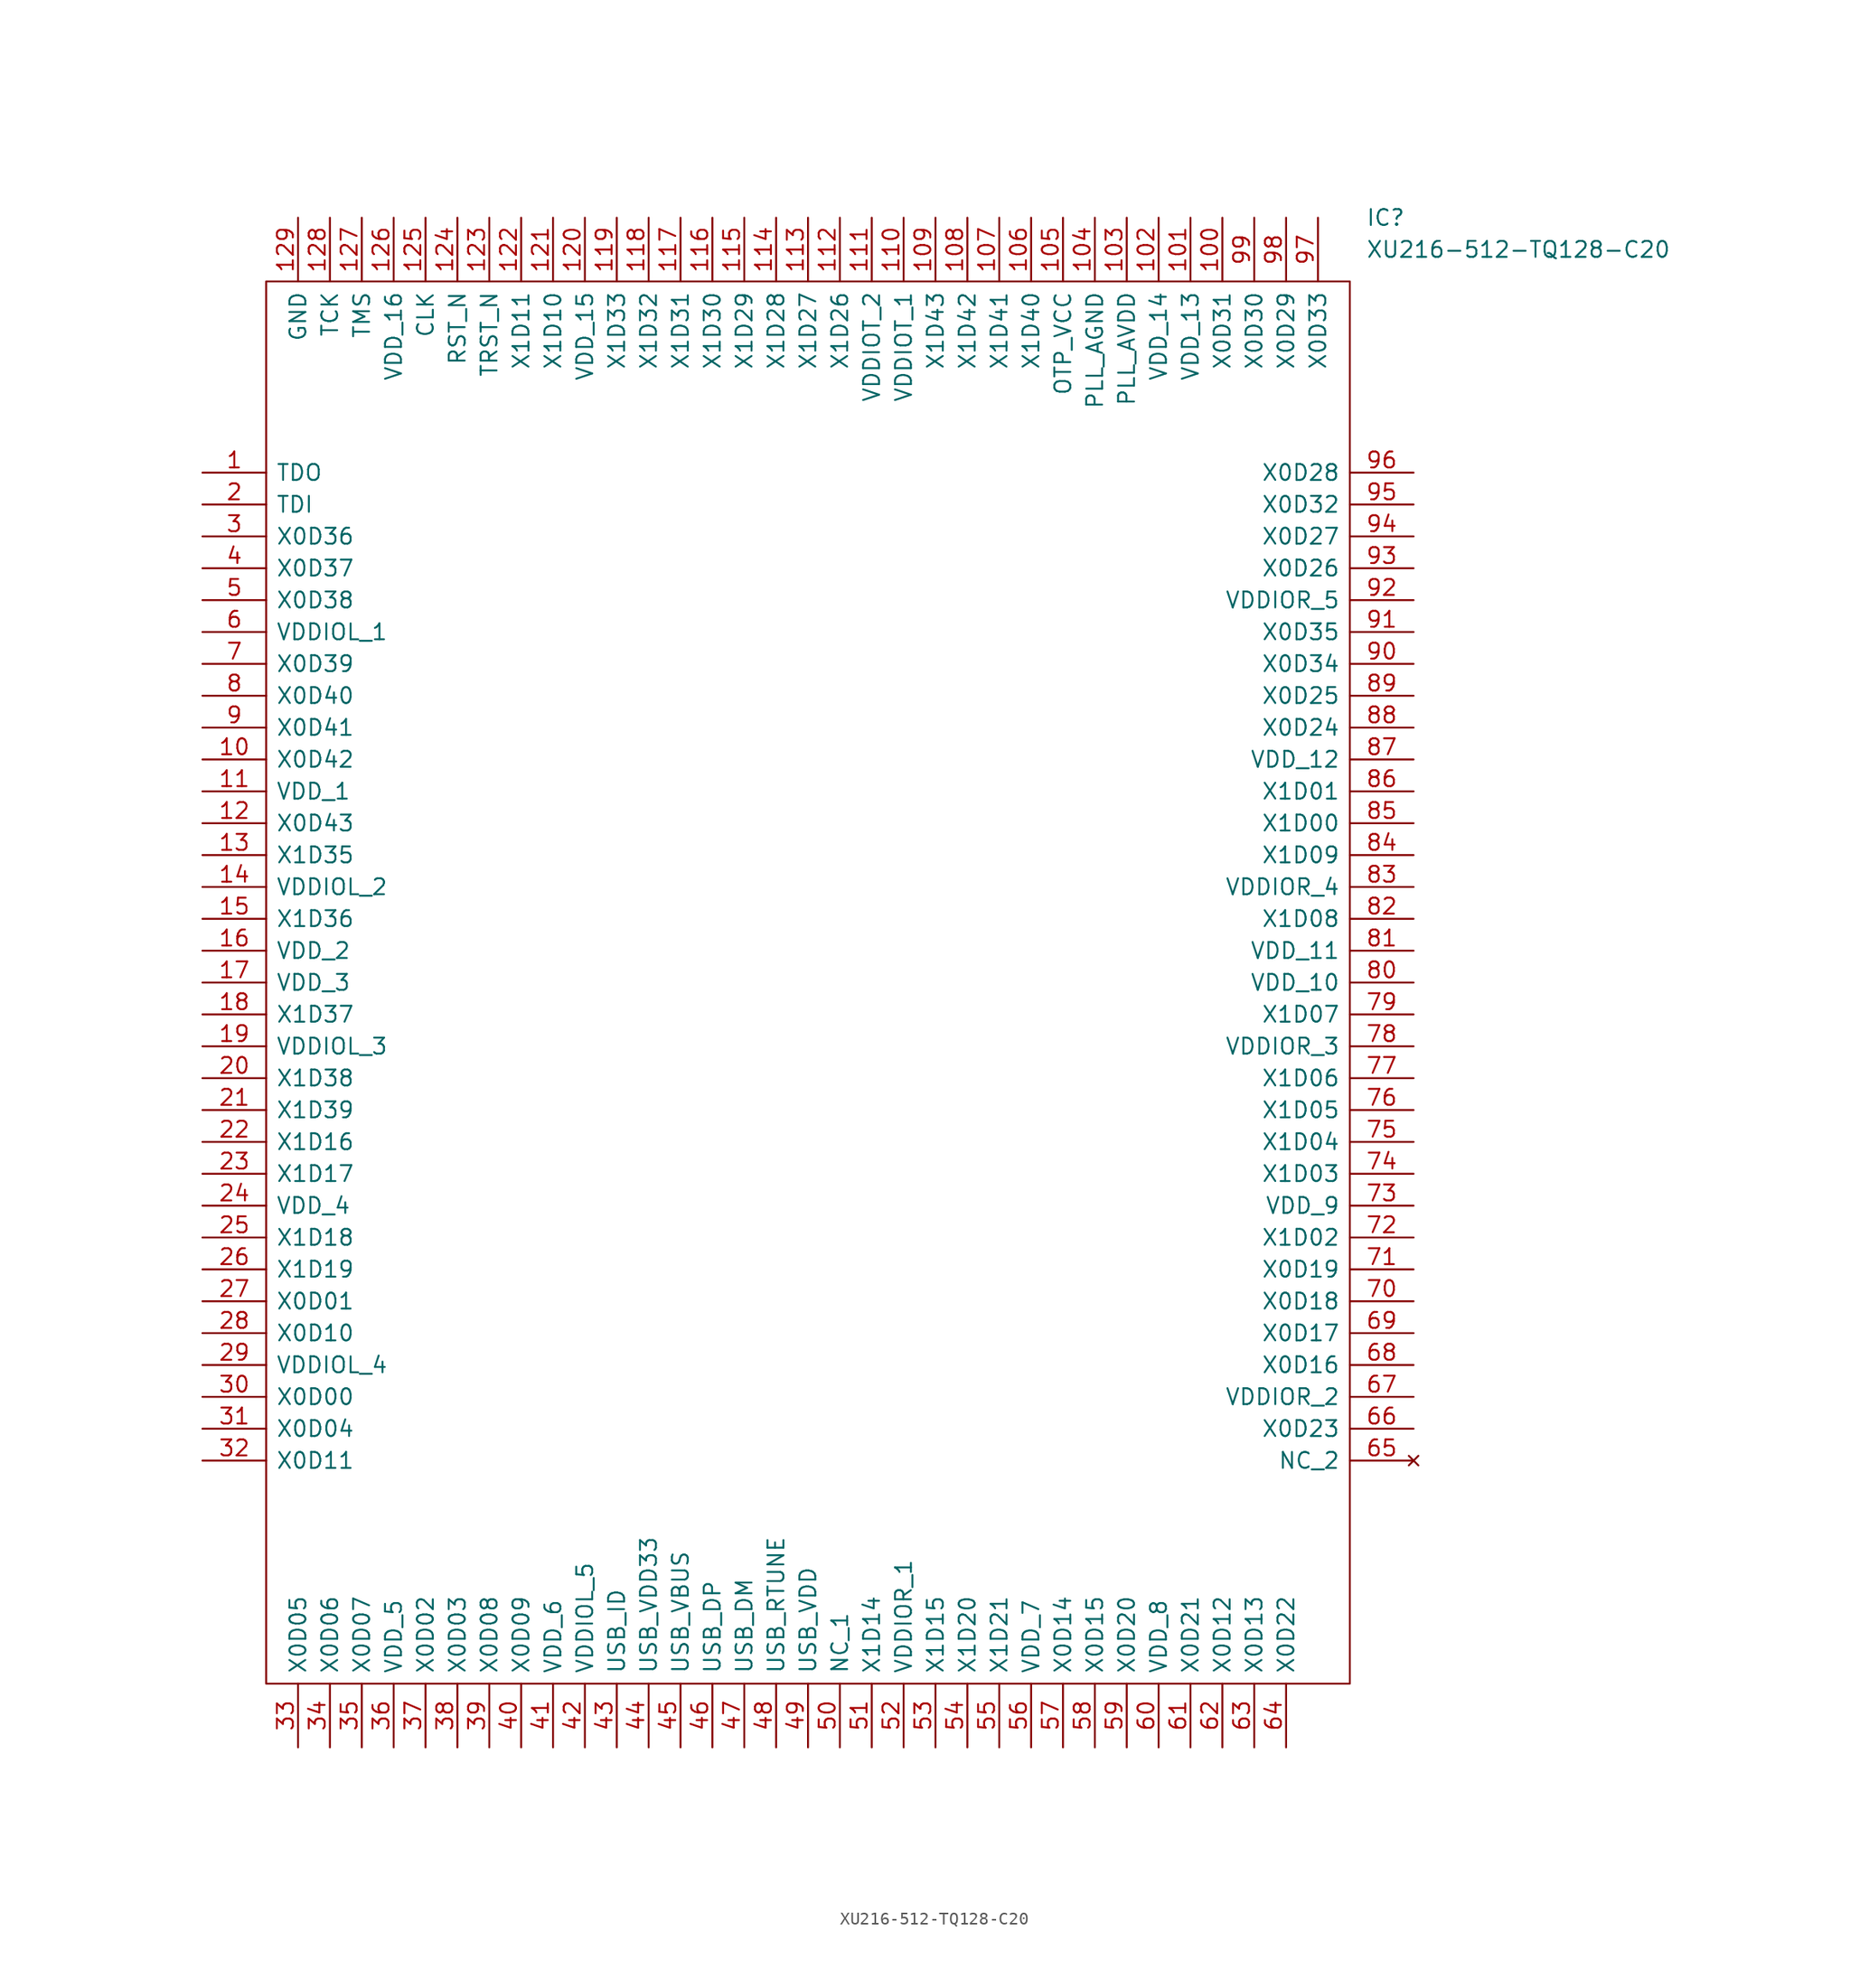
<source format=kicad_sym>
(kicad_symbol_lib
  (version 20220914)
  (generator kicad_symbol_editor)
  (symbol "XU216-512-TQ128-C20"
    (pin_names
      (offset 0.762))
    (property "Reference" "IC"
      (at 92.71 20.32 0)
      (effects (font (size 1.27 1.27)) (justify left)))
    (property "Value" "XU216-512-TQ128-C20"
      (at 92.71 17.78 0)
      (effects (font (size 1.27 1.27)) (justify left)))
    (symbol "XU216-512-TQ128-C20_0_0"
      (pin output line (at 0 0 0) (length 5.08) (name "TDO" (effects (font (size 1.27 1.27)))) (number "1" (effects (font (size 1.27 1.27)))))
      (pin bidirectional line (at 0 -22.86 0) (length 5.08) (name "X0D42" (effects (font (size 1.27 1.27)))) (number "10" (effects (font (size 1.27 1.27)))))
      (pin bidirectional line (at 81.28 20.32 270) (length 5.08) (name "X0D31" (effects (font (size 1.27 1.27)))) (number "100" (effects (font (size 1.27 1.27)))))
      (pin power_in line (at 78.74 20.32 270) (length 5.08) (name "VDD_13" (effects (font (size 1.27 1.27)))) (number "101" (effects (font (size 1.27 1.27)))))
      (pin power_in line (at 76.2 20.32 270) (length 5.08) (name "VDD_14" (effects (font (size 1.27 1.27)))) (number "102" (effects (font (size 1.27 1.27)))))
      (pin power_in line (at 73.66 20.32 270) (length 5.08) (name "PLL_AVDD" (effects (font (size 1.27 1.27)))) (number "103" (effects (font (size 1.27 1.27)))))
      (pin power_in line (at 71.12 20.32 270) (length 5.08) (name "PLL_AGND" (effects (font (size 1.27 1.27)))) (number "104" (effects (font (size 1.27 1.27)))))
      (pin power_in line (at 68.58 20.32 270) (length 5.08) (name "OTP_VCC" (effects (font (size 1.27 1.27)))) (number "105" (effects (font (size 1.27 1.27)))))
      (pin bidirectional line (at 66.04 20.32 270) (length 5.08) (name "X1D40" (effects (font (size 1.27 1.27)))) (number "106" (effects (font (size 1.27 1.27)))))
      (pin bidirectional line (at 63.5 20.32 270) (length 5.08) (name "X1D41" (effects (font (size 1.27 1.27)))) (number "107" (effects (font (size 1.27 1.27)))))
      (pin bidirectional line (at 60.96 20.32 270) (length 5.08) (name "X1D42" (effects (font (size 1.27 1.27)))) (number "108" (effects (font (size 1.27 1.27)))))
      (pin bidirectional line (at 58.42 20.32 270) (length 5.08) (name "X1D43" (effects (font (size 1.27 1.27)))) (number "109" (effects (font (size 1.27 1.27)))))
      (pin power_in line (at 0 -25.4 0) (length 5.08) (name "VDD_1" (effects (font (size 1.27 1.27)))) (number "11" (effects (font (size 1.27 1.27)))))
      (pin power_in line (at 55.88 20.32 270) (length 5.08) (name "VDDIOT_1" (effects (font (size 1.27 1.27)))) (number "110" (effects (font (size 1.27 1.27)))))
      (pin power_in line (at 53.34 20.32 270) (length 5.08) (name "VDDIOT_2" (effects (font (size 1.27 1.27)))) (number "111" (effects (font (size 1.27 1.27)))))
      (pin bidirectional line (at 50.8 20.32 270) (length 5.08) (name "X1D26" (effects (font (size 1.27 1.27)))) (number "112" (effects (font (size 1.27 1.27)))))
      (pin bidirectional line (at 48.26 20.32 270) (length 5.08) (name "X1D27" (effects (font (size 1.27 1.27)))) (number "113" (effects (font (size 1.27 1.27)))))
      (pin bidirectional line (at 45.72 20.32 270) (length 5.08) (name "X1D28" (effects (font (size 1.27 1.27)))) (number "114" (effects (font (size 1.27 1.27)))))
      (pin bidirectional line (at 43.18 20.32 270) (length 5.08) (name "X1D29" (effects (font (size 1.27 1.27)))) (number "115" (effects (font (size 1.27 1.27)))))
      (pin bidirectional line (at 40.64 20.32 270) (length 5.08) (name "X1D30" (effects (font (size 1.27 1.27)))) (number "116" (effects (font (size 1.27 1.27)))))
      (pin bidirectional line (at 38.1 20.32 270) (length 5.08) (name "X1D31" (effects (font (size 1.27 1.27)))) (number "117" (effects (font (size 1.27 1.27)))))
      (pin bidirectional line (at 35.56 20.32 270) (length 5.08) (name "X1D32" (effects (font (size 1.27 1.27)))) (number "118" (effects (font (size 1.27 1.27)))))
      (pin bidirectional line (at 33.02 20.32 270) (length 5.08) (name "X1D33" (effects (font (size 1.27 1.27)))) (number "119" (effects (font (size 1.27 1.27)))))
      (pin bidirectional line (at 0 -27.94 0) (length 5.08) (name "X0D43" (effects (font (size 1.27 1.27)))) (number "12" (effects (font (size 1.27 1.27)))))
      (pin power_in line (at 30.48 20.32 270) (length 5.08) (name "VDD_15" (effects (font (size 1.27 1.27)))) (number "120" (effects (font (size 1.27 1.27)))))
      (pin bidirectional line (at 27.94 20.32 270) (length 5.08) (name "X1D10" (effects (font (size 1.27 1.27)))) (number "121" (effects (font (size 1.27 1.27)))))
      (pin bidirectional line (at 25.4 20.32 270) (length 5.08) (name "X1D11" (effects (font (size 1.27 1.27)))) (number "122" (effects (font (size 1.27 1.27)))))
      (pin input line (at 22.86 20.32 270) (length 5.08) (name "TRST_N" (effects (font (size 1.27 1.27)))) (number "123" (effects (font (size 1.27 1.27)))))
      (pin input line (at 20.32 20.32 270) (length 5.08) (name "RST_N" (effects (font (size 1.27 1.27)))) (number "124" (effects (font (size 1.27 1.27)))))
      (pin input line (at 17.78 20.32 270) (length 5.08) (name "CLK" (effects (font (size 1.27 1.27)))) (number "125" (effects (font (size 1.27 1.27)))))
      (pin power_in line (at 15.24 20.32 270) (length 5.08) (name "VDD_16" (effects (font (size 1.27 1.27)))) (number "126" (effects (font (size 1.27 1.27)))))
      (pin input line (at 12.7 20.32 270) (length 5.08) (name "TMS" (effects (font (size 1.27 1.27)))) (number "127" (effects (font (size 1.27 1.27)))))
      (pin input line (at 10.16 20.32 270) (length 5.08) (name "TCK" (effects (font (size 1.27 1.27)))) (number "128" (effects (font (size 1.27 1.27)))))
      (pin power_in line (at 7.62 20.32 270) (length 5.08) (name "GND" (effects (font (size 1.27 1.27)))) (number "129" (effects (font (size 1.27 1.27)))))
      (pin bidirectional line (at 0 -30.48 0) (length 5.08) (name "X1D35" (effects (font (size 1.27 1.27)))) (number "13" (effects (font (size 1.27 1.27)))))
      (pin power_in line (at 0 -33.02 0) (length 5.08) (name "VDDIOL_2" (effects (font (size 1.27 1.27)))) (number "14" (effects (font (size 1.27 1.27)))))
      (pin bidirectional line (at 0 -35.56 0) (length 5.08) (name "X1D36" (effects (font (size 1.27 1.27)))) (number "15" (effects (font (size 1.27 1.27)))))
      (pin power_in line (at 0 -38.1 0) (length 5.08) (name "VDD_2" (effects (font (size 1.27 1.27)))) (number "16" (effects (font (size 1.27 1.27)))))
      (pin power_in line (at 0 -40.64 0) (length 5.08) (name "VDD_3" (effects (font (size 1.27 1.27)))) (number "17" (effects (font (size 1.27 1.27)))))
      (pin bidirectional line (at 0 -43.18 0) (length 5.08) (name "X1D37" (effects (font (size 1.27 1.27)))) (number "18" (effects (font (size 1.27 1.27)))))
      (pin power_in line (at 0 -45.72 0) (length 5.08) (name "VDDIOL_3" (effects (font (size 1.27 1.27)))) (number "19" (effects (font (size 1.27 1.27)))))
      (pin input line (at 0 -2.54 0) (length 5.08) (name "TDI" (effects (font (size 1.27 1.27)))) (number "2" (effects (font (size 1.27 1.27)))))
      (pin bidirectional line (at 0 -48.26 0) (length 5.08) (name "X1D38" (effects (font (size 1.27 1.27)))) (number "20" (effects (font (size 1.27 1.27)))))
      (pin bidirectional line (at 0 -50.8 0) (length 5.08) (name "X1D39" (effects (font (size 1.27 1.27)))) (number "21" (effects (font (size 1.27 1.27)))))
      (pin bidirectional line (at 0 -53.34 0) (length 5.08) (name "X1D16" (effects (font (size 1.27 1.27)))) (number "22" (effects (font (size 1.27 1.27)))))
      (pin bidirectional line (at 0 -55.88 0) (length 5.08) (name "X1D17" (effects (font (size 1.27 1.27)))) (number "23" (effects (font (size 1.27 1.27)))))
      (pin power_in line (at 0 -58.42 0) (length 5.08) (name "VDD_4" (effects (font (size 1.27 1.27)))) (number "24" (effects (font (size 1.27 1.27)))))
      (pin bidirectional line (at 0 -60.96 0) (length 5.08) (name "X1D18" (effects (font (size 1.27 1.27)))) (number "25" (effects (font (size 1.27 1.27)))))
      (pin bidirectional line (at 0 -63.5 0) (length 5.08) (name "X1D19" (effects (font (size 1.27 1.27)))) (number "26" (effects (font (size 1.27 1.27)))))
      (pin bidirectional line (at 0 -66.04 0) (length 5.08) (name "X0D01" (effects (font (size 1.27 1.27)))) (number "27" (effects (font (size 1.27 1.27)))))
      (pin bidirectional line (at 0 -68.58 0) (length 5.08) (name "X0D10" (effects (font (size 1.27 1.27)))) (number "28" (effects (font (size 1.27 1.27)))))
      (pin power_in line (at 0 -71.12 0) (length 5.08) (name "VDDIOL_4" (effects (font (size 1.27 1.27)))) (number "29" (effects (font (size 1.27 1.27)))))
      (pin bidirectional line (at 0 -5.08 0) (length 5.08) (name "X0D36" (effects (font (size 1.27 1.27)))) (number "3" (effects (font (size 1.27 1.27)))))
      (pin bidirectional line (at 0 -73.66 0) (length 5.08) (name "X0D00" (effects (font (size 1.27 1.27)))) (number "30" (effects (font (size 1.27 1.27)))))
      (pin bidirectional line (at 0 -76.2 0) (length 5.08) (name "X0D04" (effects (font (size 1.27 1.27)))) (number "31" (effects (font (size 1.27 1.27)))))
      (pin bidirectional line (at 0 -78.74 0) (length 5.08) (name "X0D11" (effects (font (size 1.27 1.27)))) (number "32" (effects (font (size 1.27 1.27)))))
      (pin bidirectional line (at 7.62 -101.6 90) (length 5.08) (name "X0D05" (effects (font (size 1.27 1.27)))) (number "33" (effects (font (size 1.27 1.27)))))
      (pin bidirectional line (at 10.16 -101.6 90) (length 5.08) (name "X0D06" (effects (font (size 1.27 1.27)))) (number "34" (effects (font (size 1.27 1.27)))))
      (pin bidirectional line (at 12.7 -101.6 90) (length 5.08) (name "X0D07" (effects (font (size 1.27 1.27)))) (number "35" (effects (font (size 1.27 1.27)))))
      (pin power_in line (at 15.24 -101.6 90) (length 5.08) (name "VDD_5" (effects (font (size 1.27 1.27)))) (number "36" (effects (font (size 1.27 1.27)))))
      (pin bidirectional line (at 17.78 -101.6 90) (length 5.08) (name "X0D02" (effects (font (size 1.27 1.27)))) (number "37" (effects (font (size 1.27 1.27)))))
      (pin bidirectional line (at 20.32 -101.6 90) (length 5.08) (name "X0D03" (effects (font (size 1.27 1.27)))) (number "38" (effects (font (size 1.27 1.27)))))
      (pin bidirectional line (at 22.86 -101.6 90) (length 5.08) (name "X0D08" (effects (font (size 1.27 1.27)))) (number "39" (effects (font (size 1.27 1.27)))))
      (pin bidirectional line (at 0 -7.62 0) (length 5.08) (name "X0D37" (effects (font (size 1.27 1.27)))) (number "4" (effects (font (size 1.27 1.27)))))
      (pin bidirectional line (at 25.4 -101.6 90) (length 5.08) (name "X0D09" (effects (font (size 1.27 1.27)))) (number "40" (effects (font (size 1.27 1.27)))))
      (pin power_in line (at 27.94 -101.6 90) (length 5.08) (name "VDD_6" (effects (font (size 1.27 1.27)))) (number "41" (effects (font (size 1.27 1.27)))))
      (pin power_in line (at 30.48 -101.6 90) (length 5.08) (name "VDDIOL_5" (effects (font (size 1.27 1.27)))) (number "42" (effects (font (size 1.27 1.27)))))
      (pin bidirectional line (at 33.02 -101.6 90) (length 5.08) (name "USB_ID" (effects (font (size 1.27 1.27)))) (number "43" (effects (font (size 1.27 1.27)))))
      (pin power_in line (at 35.56 -101.6 90) (length 5.08) (name "USB_VDD33" (effects (font (size 1.27 1.27)))) (number "44" (effects (font (size 1.27 1.27)))))
      (pin bidirectional line (at 38.1 -101.6 90) (length 5.08) (name "USB_VBUS" (effects (font (size 1.27 1.27)))) (number "45" (effects (font (size 1.27 1.27)))))
      (pin bidirectional line (at 40.64 -101.6 90) (length 5.08) (name "USB_DP" (effects (font (size 1.27 1.27)))) (number "46" (effects (font (size 1.27 1.27)))))
      (pin bidirectional line (at 43.18 -101.6 90) (length 5.08) (name "USB_DM" (effects (font (size 1.27 1.27)))) (number "47" (effects (font (size 1.27 1.27)))))
      (pin bidirectional line (at 45.72 -101.6 90) (length 5.08) (name "USB_RTUNE" (effects (font (size 1.27 1.27)))) (number "48" (effects (font (size 1.27 1.27)))))
      (pin power_in line (at 48.26 -101.6 90) (length 5.08) (name "USB_VDD" (effects (font (size 1.27 1.27)))) (number "49" (effects (font (size 1.27 1.27)))))
      (pin bidirectional line (at 0 -10.16 0) (length 5.08) (name "X0D38" (effects (font (size 1.27 1.27)))) (number "5" (effects (font (size 1.27 1.27)))))
      (pin bidirectional line (at 50.8 -101.6 90) (length 5.08) (name "NC_1" (effects (font (size 1.27 1.27)))) (number "50" (effects (font (size 1.27 1.27)))))
      (pin bidirectional line (at 53.34 -101.6 90) (length 5.08) (name "X1D14" (effects (font (size 1.27 1.27)))) (number "51" (effects (font (size 1.27 1.27)))))
      (pin power_in line (at 55.88 -101.6 90) (length 5.08) (name "VDDIOR_1" (effects (font (size 1.27 1.27)))) (number "52" (effects (font (size 1.27 1.27)))))
      (pin bidirectional line (at 58.42 -101.6 90) (length 5.08) (name "X1D15" (effects (font (size 1.27 1.27)))) (number "53" (effects (font (size 1.27 1.27)))))
      (pin bidirectional line (at 60.96 -101.6 90) (length 5.08) (name "X1D20" (effects (font (size 1.27 1.27)))) (number "54" (effects (font (size 1.27 1.27)))))
      (pin bidirectional line (at 63.5 -101.6 90) (length 5.08) (name "X1D21" (effects (font (size 1.27 1.27)))) (number "55" (effects (font (size 1.27 1.27)))))
      (pin power_in line (at 66.04 -101.6 90) (length 5.08) (name "VDD_7" (effects (font (size 1.27 1.27)))) (number "56" (effects (font (size 1.27 1.27)))))
      (pin bidirectional line (at 68.58 -101.6 90) (length 5.08) (name "X0D14" (effects (font (size 1.27 1.27)))) (number "57" (effects (font (size 1.27 1.27)))))
      (pin bidirectional line (at 71.12 -101.6 90) (length 5.08) (name "X0D15" (effects (font (size 1.27 1.27)))) (number "58" (effects (font (size 1.27 1.27)))))
      (pin bidirectional line (at 73.66 -101.6 90) (length 5.08) (name "X0D20" (effects (font (size 1.27 1.27)))) (number "59" (effects (font (size 1.27 1.27)))))
      (pin power_in line (at 0 -12.7 0) (length 5.08) (name "VDDIOL_1" (effects (font (size 1.27 1.27)))) (number "6" (effects (font (size 1.27 1.27)))))
      (pin power_in line (at 76.2 -101.6 90) (length 5.08) (name "VDD_8" (effects (font (size 1.27 1.27)))) (number "60" (effects (font (size 1.27 1.27)))))
      (pin bidirectional line (at 78.74 -101.6 90) (length 5.08) (name "X0D21" (effects (font (size 1.27 1.27)))) (number "61" (effects (font (size 1.27 1.27)))))
      (pin bidirectional line (at 81.28 -101.6 90) (length 5.08) (name "X0D12" (effects (font (size 1.27 1.27)))) (number "62" (effects (font (size 1.27 1.27)))))
      (pin bidirectional line (at 83.82 -101.6 90) (length 5.08) (name "X0D13" (effects (font (size 1.27 1.27)))) (number "63" (effects (font (size 1.27 1.27)))))
      (pin bidirectional line (at 86.36 -101.6 90) (length 5.08) (name "X0D22" (effects (font (size 1.27 1.27)))) (number "64" (effects (font (size 1.27 1.27)))))
      (pin no_connect line (at 96.52 -78.74 180) (length 5.08) (name "NC_2" (effects (font (size 1.27 1.27)))) (number "65" (effects (font (size 1.27 1.27)))))
      (pin bidirectional line (at 96.52 -76.2 180) (length 5.08) (name "X0D23" (effects (font (size 1.27 1.27)))) (number "66" (effects (font (size 1.27 1.27)))))
      (pin power_in line (at 96.52 -73.66 180) (length 5.08) (name "VDDIOR_2" (effects (font (size 1.27 1.27)))) (number "67" (effects (font (size 1.27 1.27)))))
      (pin bidirectional line (at 96.52 -71.12 180) (length 5.08) (name "X0D16" (effects (font (size 1.27 1.27)))) (number "68" (effects (font (size 1.27 1.27)))))
      (pin bidirectional line (at 96.52 -68.58 180) (length 5.08) (name "X0D17" (effects (font (size 1.27 1.27)))) (number "69" (effects (font (size 1.27 1.27)))))
      (pin bidirectional line (at 0 -15.24 0) (length 5.08) (name "X0D39" (effects (font (size 1.27 1.27)))) (number "7" (effects (font (size 1.27 1.27)))))
      (pin bidirectional line (at 96.52 -66.04 180) (length 5.08) (name "X0D18" (effects (font (size 1.27 1.27)))) (number "70" (effects (font (size 1.27 1.27)))))
      (pin bidirectional line (at 96.52 -63.5 180) (length 5.08) (name "X0D19" (effects (font (size 1.27 1.27)))) (number "71" (effects (font (size 1.27 1.27)))))
      (pin bidirectional line (at 96.52 -60.96 180) (length 5.08) (name "X1D02" (effects (font (size 1.27 1.27)))) (number "72" (effects (font (size 1.27 1.27)))))
      (pin power_in line (at 96.52 -58.42 180) (length 5.08) (name "VDD_9" (effects (font (size 1.27 1.27)))) (number "73" (effects (font (size 1.27 1.27)))))
      (pin bidirectional line (at 96.52 -55.88 180) (length 5.08) (name "X1D03" (effects (font (size 1.27 1.27)))) (number "74" (effects (font (size 1.27 1.27)))))
      (pin bidirectional line (at 96.52 -53.34 180) (length 5.08) (name "X1D04" (effects (font (size 1.27 1.27)))) (number "75" (effects (font (size 1.27 1.27)))))
      (pin bidirectional line (at 96.52 -50.8 180) (length 5.08) (name "X1D05" (effects (font (size 1.27 1.27)))) (number "76" (effects (font (size 1.27 1.27)))))
      (pin bidirectional line (at 96.52 -48.26 180) (length 5.08) (name "X1D06" (effects (font (size 1.27 1.27)))) (number "77" (effects (font (size 1.27 1.27)))))
      (pin power_in line (at 96.52 -45.72 180) (length 5.08) (name "VDDIOR_3" (effects (font (size 1.27 1.27)))) (number "78" (effects (font (size 1.27 1.27)))))
      (pin bidirectional line (at 96.52 -43.18 180) (length 5.08) (name "X1D07" (effects (font (size 1.27 1.27)))) (number "79" (effects (font (size 1.27 1.27)))))
      (pin bidirectional line (at 0 -17.78 0) (length 5.08) (name "X0D40" (effects (font (size 1.27 1.27)))) (number "8" (effects (font (size 1.27 1.27)))))
      (pin power_in line (at 96.52 -40.64 180) (length 5.08) (name "VDD_10" (effects (font (size 1.27 1.27)))) (number "80" (effects (font (size 1.27 1.27)))))
      (pin power_in line (at 96.52 -38.1 180) (length 5.08) (name "VDD_11" (effects (font (size 1.27 1.27)))) (number "81" (effects (font (size 1.27 1.27)))))
      (pin bidirectional line (at 96.52 -35.56 180) (length 5.08) (name "X1D08" (effects (font (size 1.27 1.27)))) (number "82" (effects (font (size 1.27 1.27)))))
      (pin power_in line (at 96.52 -33.02 180) (length 5.08) (name "VDDIOR_4" (effects (font (size 1.27 1.27)))) (number "83" (effects (font (size 1.27 1.27)))))
      (pin bidirectional line (at 96.52 -30.48 180) (length 5.08) (name "X1D09" (effects (font (size 1.27 1.27)))) (number "84" (effects (font (size 1.27 1.27)))))
      (pin bidirectional line (at 96.52 -27.94 180) (length 5.08) (name "X1D00" (effects (font (size 1.27 1.27)))) (number "85" (effects (font (size 1.27 1.27)))))
      (pin bidirectional line (at 96.52 -25.4 180) (length 5.08) (name "X1D01" (effects (font (size 1.27 1.27)))) (number "86" (effects (font (size 1.27 1.27)))))
      (pin power_in line (at 96.52 -22.86 180) (length 5.08) (name "VDD_12" (effects (font (size 1.27 1.27)))) (number "87" (effects (font (size 1.27 1.27)))))
      (pin bidirectional line (at 96.52 -20.32 180) (length 5.08) (name "X0D24" (effects (font (size 1.27 1.27)))) (number "88" (effects (font (size 1.27 1.27)))))
      (pin bidirectional line (at 96.52 -17.78 180) (length 5.08) (name "X0D25" (effects (font (size 1.27 1.27)))) (number "89" (effects (font (size 1.27 1.27)))))
      (pin bidirectional line (at 0 -20.32 0) (length 5.08) (name "X0D41" (effects (font (size 1.27 1.27)))) (number "9" (effects (font (size 1.27 1.27)))))
      (pin bidirectional line (at 96.52 -15.24 180) (length 5.08) (name "X0D34" (effects (font (size 1.27 1.27)))) (number "90" (effects (font (size 1.27 1.27)))))
      (pin bidirectional line (at 96.52 -12.7 180) (length 5.08) (name "X0D35" (effects (font (size 1.27 1.27)))) (number "91" (effects (font (size 1.27 1.27)))))
      (pin power_in line (at 96.52 -10.16 180) (length 5.08) (name "VDDIOR_5" (effects (font (size 1.27 1.27)))) (number "92" (effects (font (size 1.27 1.27)))))
      (pin bidirectional line (at 96.52 -7.62 180) (length 5.08) (name "X0D26" (effects (font (size 1.27 1.27)))) (number "93" (effects (font (size 1.27 1.27)))))
      (pin bidirectional line (at 96.52 -5.08 180) (length 5.08) (name "X0D27" (effects (font (size 1.27 1.27)))) (number "94" (effects (font (size 1.27 1.27)))))
      (pin bidirectional line (at 96.52 -2.54 180) (length 5.08) (name "X0D32" (effects (font (size 1.27 1.27)))) (number "95" (effects (font (size 1.27 1.27)))))
      (pin bidirectional line (at 96.52 0 180) (length 5.08) (name "X0D28" (effects (font (size 1.27 1.27)))) (number "96" (effects (font (size 1.27 1.27)))))
      (pin bidirectional line (at 88.9 20.32 270) (length 5.08) (name "X0D33" (effects (font (size 1.27 1.27)))) (number "97" (effects (font (size 1.27 1.27)))))
      (pin bidirectional line (at 86.36 20.32 270) (length 5.08) (name "X0D29" (effects (font (size 1.27 1.27)))) (number "98" (effects (font (size 1.27 1.27)))))
      (pin bidirectional line (at 83.82 20.32 270) (length 5.08) (name "X0D30" (effects (font (size 1.27 1.27)))) (number "99" (effects (font (size 1.27 1.27))))))
    (symbol "XU216-512-TQ128-C20_0_1"
      (polyline (pts (xy 5.08 15.24) (xy 91.44 15.24) (xy 91.44 -96.52) (xy 5.08 -96.52) (xy 5.08 15.24)) (stroke (width 0.152) (type solid)) (fill (type none))))))
</source>
